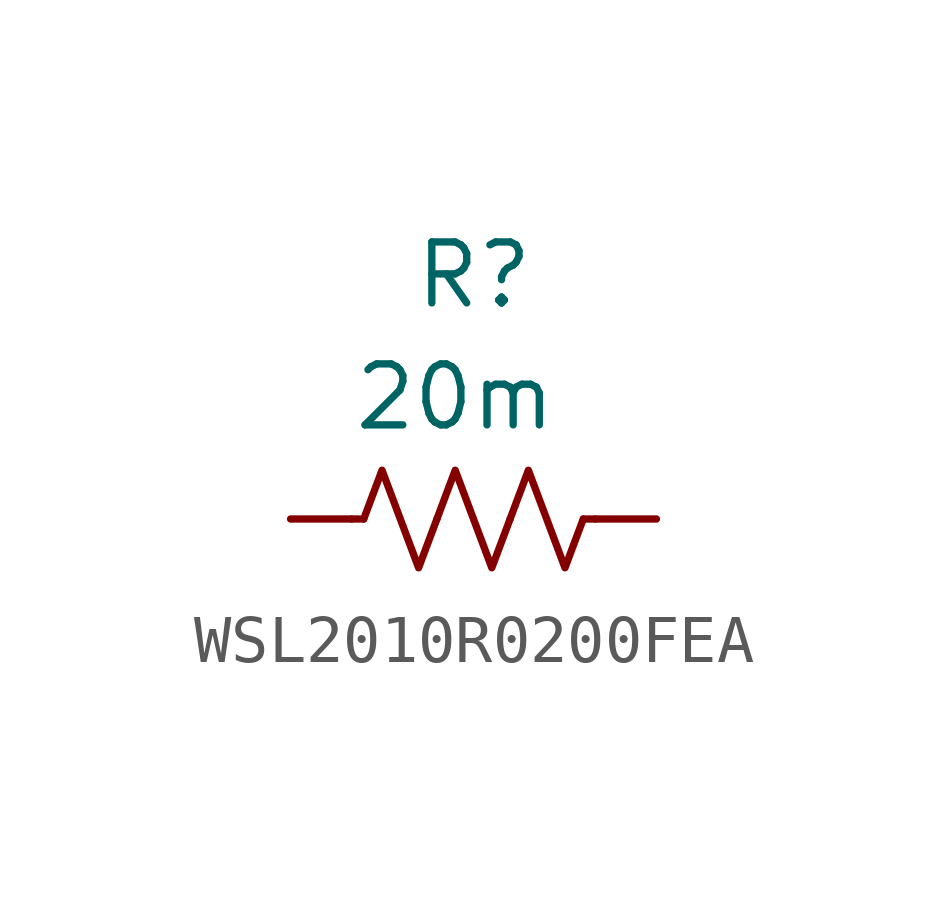
<source format=kicad_sym>
(kicad_symbol_lib
  (version 20220914)
  (generator kicad_symbol_editor)
  (symbol "WSL2010R0200FEA"
    (pin_numbers hide)
    (pin_names
      (offset 0.762) hide)
    (property "Reference" "R"
      (at 5.08 5.08 0)
      (effects (font (size 1.27 1.27)) (justify left)))
    (property "Value" "20m"
      (at 3.81 2.54 0)
      (effects (font (size 1.27 1.27)) (justify left)))
    (symbol "WSL2010R0200FEA_0_1"
      (polyline (pts (xy 4.064 0) (xy 3.81 0)) (stroke (width 0) (type default)) (fill (type none)))
      (polyline (pts (xy 8.636 0) (xy 8.89 0)) (stroke (width 0) (type default)) (fill (type none)))
      (polyline (pts (xy 4.064 0) (xy 4.445 1.016) (xy 4.826 0) (xy 5.207 -1.016) (xy 5.588 0)) (stroke (width 0) (type default)) (fill (type none)))
      (polyline (pts (xy 5.588 0) (xy 5.969 1.016) (xy 6.35 0) (xy 6.731 -1.016) (xy 7.112 0)) (stroke (width 0) (type default)) (fill (type none)))
      (polyline (pts (xy 7.112 0) (xy 7.493 1.016) (xy 7.874 0) (xy 8.255 -1.016) (xy 8.636 0)) (stroke (width 0) (type default)) (fill (type none))))
    (symbol "WSL2010R0200FEA_1_1"
      (pin passive line (at 2.54 0 0) (length 1.27) (name "" (effects (font (size 1.27 1.27)))) (number "1" (effects (font (size 1.27 1.27)))))
      (pin passive line (at 10.16 0 180) (length 1.27) (name "" (effects (font (size 1.27 1.27)))) (number "2" (effects (font (size 1.27 1.27))))))))
</source>
